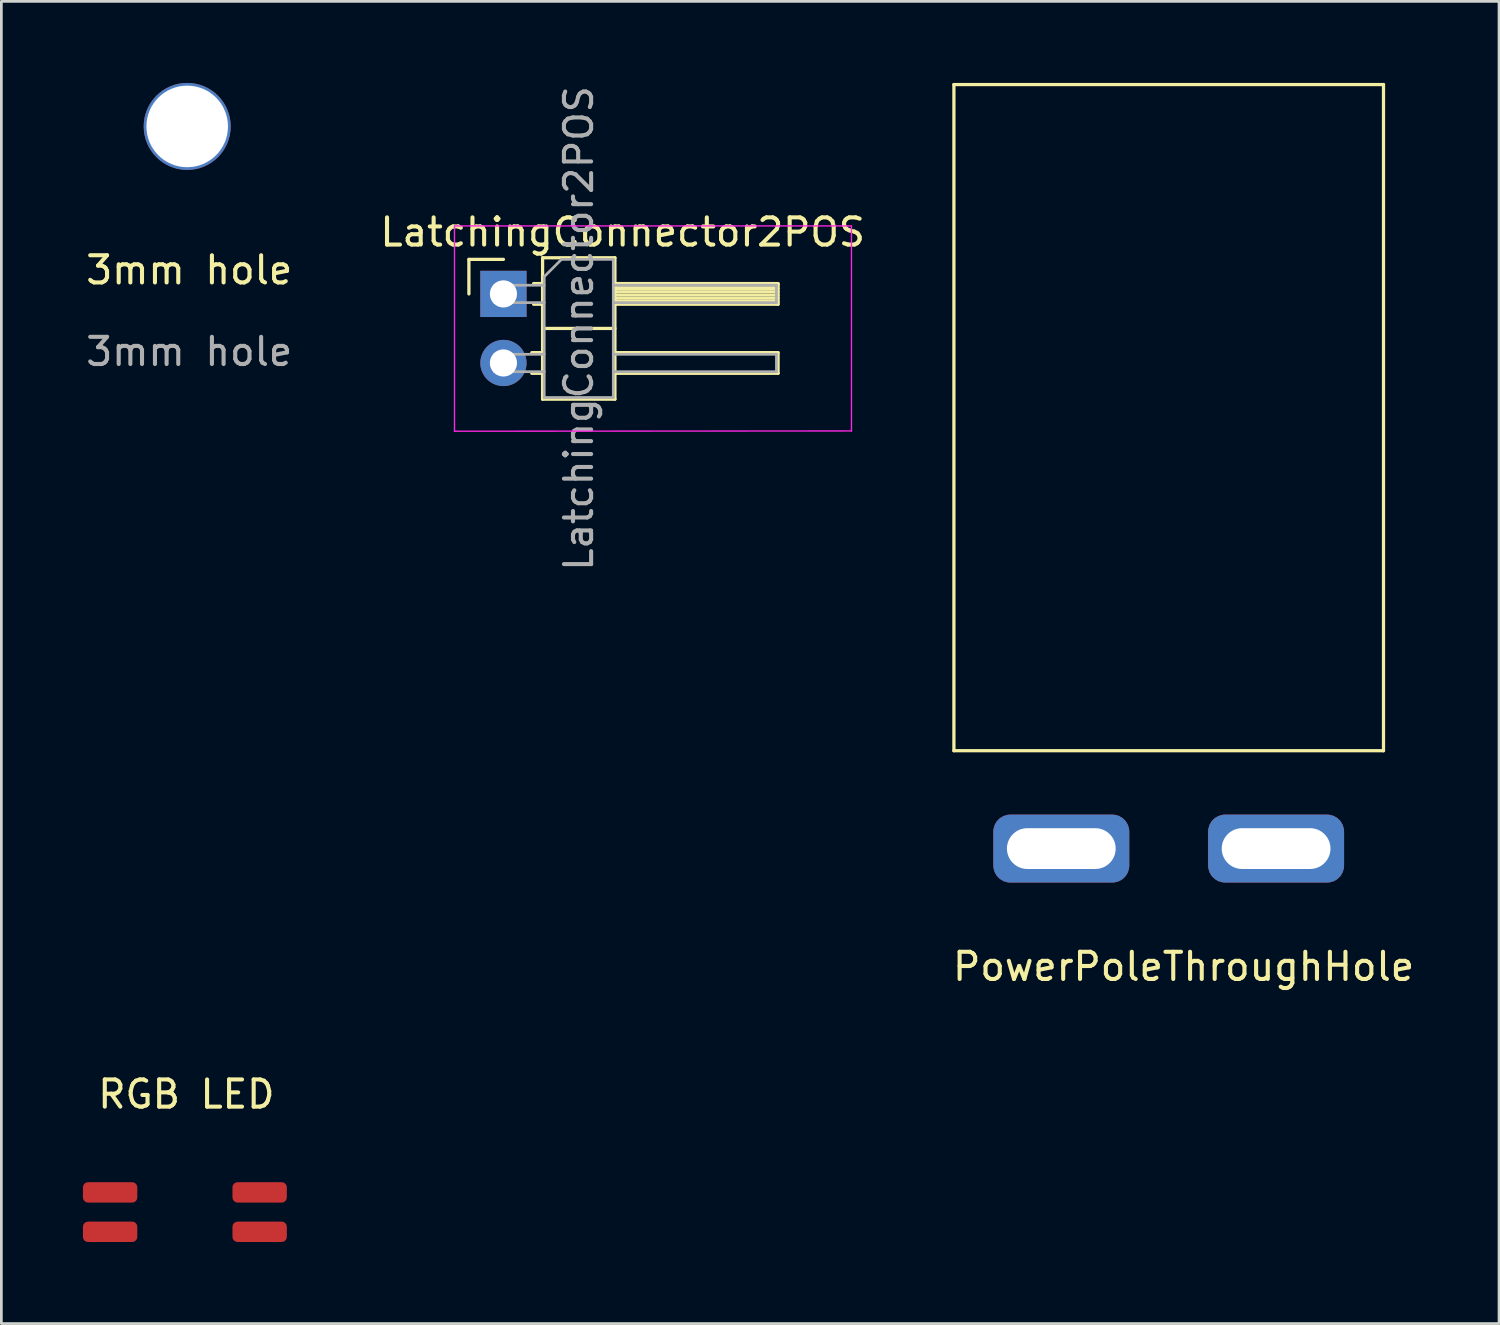
<source format=kicad_pcb>
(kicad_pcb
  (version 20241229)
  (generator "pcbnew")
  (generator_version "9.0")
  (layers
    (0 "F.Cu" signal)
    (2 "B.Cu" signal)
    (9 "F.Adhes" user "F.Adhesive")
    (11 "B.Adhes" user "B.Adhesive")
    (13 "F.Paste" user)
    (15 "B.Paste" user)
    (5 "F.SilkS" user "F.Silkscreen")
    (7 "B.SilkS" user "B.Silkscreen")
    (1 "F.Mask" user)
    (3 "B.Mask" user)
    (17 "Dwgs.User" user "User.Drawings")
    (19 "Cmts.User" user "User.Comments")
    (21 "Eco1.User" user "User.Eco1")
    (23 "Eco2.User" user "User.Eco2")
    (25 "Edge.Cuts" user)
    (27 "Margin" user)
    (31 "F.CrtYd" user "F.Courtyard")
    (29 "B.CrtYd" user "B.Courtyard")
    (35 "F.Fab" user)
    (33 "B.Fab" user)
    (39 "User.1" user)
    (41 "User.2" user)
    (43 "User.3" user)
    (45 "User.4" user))
  (footprint "LatchingConnector2POS"
    (layer "F.Cu")
    (at 15.466 7.76)
    (property "Reference" "LatchingConnector2POS" (at 4.385 -2.27 0) (layer "F.SilkS") (effects (font (size 1 1) (thickness 0.15))))
    (attr through_hole)
    (fp_line (start -1.27 -1.27) (end 0 -1.27) (stroke (width 0.12) (type solid)) (layer "F.SilkS"))
    (fp_line (start -1.27 0) (end -1.27 -1.27) (stroke (width 0.12) (type solid)) (layer "F.SilkS"))
    (fp_line (start 1.043 2.16) (end 1.44 2.16) (stroke (width 0.12) (type solid)) (layer "F.SilkS"))
    (fp_line (start 1.043 2.92) (end 1.44 2.92) (stroke (width 0.12) (type solid)) (layer "F.SilkS"))
    (fp_line (start 1.11 -0.38) (end 1.44 -0.38) (stroke (width 0.12) (type solid)) (layer "F.SilkS"))
    (fp_line (start 1.11 0.38) (end 1.44 0.38) (stroke (width 0.12) (type solid)) (layer "F.SilkS"))
    (fp_line (start 1.44 -1.33) (end 1.44 3.87) (stroke (width 0.12) (type solid)) (layer "F.SilkS"))
    (fp_line (start 1.44 1.27) (end 4.1 1.27) (stroke (width 0.12) (type solid)) (layer "F.SilkS"))
    (fp_line (start 1.44 3.87) (end 4.1 3.87) (stroke (width 0.12) (type solid)) (layer "F.SilkS"))
    (fp_line (start 4.1 -1.33) (end 1.44 -1.33) (stroke (width 0.12) (type solid)) (layer "F.SilkS"))
    (fp_line (start 4.1 -0.38) (end 10.1 -0.38) (stroke (width 0.12) (type solid)) (layer "F.SilkS"))
    (fp_line (start 4.1 -0.32) (end 10.1 -0.32) (stroke (width 0.12) (type solid)) (layer "F.SilkS"))
    (fp_line (start 4.1 -0.2) (end 10.1 -0.2) (stroke (width 0.12) (type solid)) (layer "F.SilkS"))
    (fp_line (start 4.1 -0.08) (end 10.1 -0.08) (stroke (width 0.12) (type solid)) (layer "F.SilkS"))
    (fp_line (start 4.1 0.04) (end 10.1 0.04) (stroke (width 0.12) (type solid)) (layer "F.SilkS"))
    (fp_line (start 4.1 0.16) (end 10.1 0.16) (stroke (width 0.12) (type solid)) (layer "F.SilkS"))
    (fp_line (start 4.1 0.28) (end 10.1 0.28) (stroke (width 0.12) (type solid)) (layer "F.SilkS"))
    (fp_line (start 4.1 2.16) (end 10.1 2.16) (stroke (width 0.12) (type solid)) (layer "F.SilkS"))
    (fp_line (start 4.1 3.87) (end 4.1 -1.33) (stroke (width 0.12) (type solid)) (layer "F.SilkS"))
    (fp_line (start 10.1 -0.38) (end 10.1 0.38) (stroke (width 0.12) (type solid)) (layer "F.SilkS"))
    (fp_line (start 10.1 0.38) (end 4.1 0.38) (stroke (width 0.12) (type solid)) (layer "F.SilkS"))
    (fp_line (start 10.1 2.16) (end 10.1 2.92) (stroke (width 0.12) (type solid)) (layer "F.SilkS"))
    (fp_line (start 10.1 2.92) (end 4.1 2.92) (stroke (width 0.12) (type solid)) (layer "F.SilkS"))
    (fp_line (start -1.8 -2.5) (end -1.8 5.05) (stroke (width 0.05) (type solid)) (layer "F.CrtYd"))
    (fp_line (start -1.8 5.05) (end 12.8 5.04) (stroke (width 0.05) (type solid)) (layer "F.CrtYd"))
    (fp_line (start 12.8 -2.5) (end -1.8 -2.5) (stroke (width 0.05) (type solid)) (layer "F.CrtYd"))
    (fp_line (start 12.8 5.04) (end 12.8 -2.5) (stroke (width 0.05) (type solid)) (layer "F.CrtYd"))
    (fp_line (start -0.32 -0.32) (end -0.32 0.32) (stroke (width 0.1) (type solid)) (layer "F.Fab"))
    (fp_line (start -0.32 -0.32) (end 1.5 -0.32) (stroke (width 0.1) (type solid)) (layer "F.Fab"))
    (fp_line (start -0.32 0.32) (end 1.5 0.32) (stroke (width 0.1) (type solid)) (layer "F.Fab"))
    (fp_line (start -0.32 2.22) (end -0.32 2.86) (stroke (width 0.1) (type solid)) (layer "F.Fab"))
    (fp_line (start -0.32 2.22) (end 1.5 2.22) (stroke (width 0.1) (type solid)) (layer "F.Fab"))
    (fp_line (start -0.32 2.86) (end 1.5 2.86) (stroke (width 0.1) (type solid)) (layer "F.Fab"))
    (fp_line (start 1.5 -0.635) (end 2.135 -1.27) (stroke (width 0.1) (type solid)) (layer "F.Fab"))
    (fp_line (start 1.5 3.81) (end 1.5 -0.635) (stroke (width 0.1) (type solid)) (layer "F.Fab"))
    (fp_line (start 2.135 -1.27) (end 4.04 -1.27) (stroke (width 0.1) (type solid)) (layer "F.Fab"))
    (fp_line (start 4.04 -1.27) (end 4.04 3.81) (stroke (width 0.1) (type solid)) (layer "F.Fab"))
    (fp_line (start 4.04 -0.32) (end 10.04 -0.32) (stroke (width 0.1) (type solid)) (layer "F.Fab"))
    (fp_line (start 4.04 0.32) (end 10.04 0.32) (stroke (width 0.1) (type solid)) (layer "F.Fab"))
    (fp_line (start 4.04 2.22) (end 10.04 2.22) (stroke (width 0.1) (type solid)) (layer "F.Fab"))
    (fp_line (start 4.04 2.86) (end 10.04 2.86) (stroke (width 0.1) (type solid)) (layer "F.Fab"))
    (fp_line (start 4.04 3.81) (end 1.5 3.81) (stroke (width 0.1) (type solid)) (layer "F.Fab"))
    (fp_line (start 10.04 -0.32) (end 10.04 0.32) (stroke (width 0.1) (type solid)) (layer "F.Fab"))
    (fp_line (start 10.04 2.22) (end 10.04 2.86) (stroke (width 0.1) (type solid)) (layer "F.Fab"))
    (fp_text user "${REFERENCE}" (at 2.77 1.27 90) (layer "F.Fab") (effects (font (size 1 1) (thickness 0.15))))
    (pad "1" thru_hole rect (at 0 0) (size 1.7 1.7) (drill 1) (layers "*.Cu" "*.Mask"))
    (pad "2" thru_hole oval (at 0 2.54) (size 1.7 1.7) (drill 1) (layers "*.Cu" "*.Mask")))
  (footprint "RGB LED"
    (layer "F.Cu")
    (at 3.75 41.53)
    (property "Reference" "RGB LED" (at 0.054 -4.334 0) (unlocked yes) (layer "F.SilkS") (effects (font (size 1 1) (thickness 0.15))))
    (attr smd)
    (pad "1" smd roundrect (at 2.75 0.725) (size 2 0.75) (layers "F.Cu" "F.Mask" "F.Paste") (roundrect_rratio 0.25))
    (pad "2" smd roundrect (at 2.75 -0.725) (size 2 0.75) (layers "F.Cu" "F.Mask" "F.Paste") (roundrect_rratio 0.25))
    (pad "3" smd roundrect (at -2.75 -0.725) (size 2 0.75) (layers "F.Cu" "F.Mask" "F.Paste") (roundrect_rratio 0.25))
    (pad "4" smd roundrect (at -2.75 0.725) (size 2 0.75) (layers "F.Cu" "F.Mask" "F.Paste") (roundrect_rratio 0.25)))
  (footprint "3mm hole"
    (layer "F.Cu")
    (at 3.835 1.6)
    (property "Reference" "3mm hole" (at 0.076 5.283 0) (unlocked yes) (layer "F.SilkS") (effects (font (size 1 1) (thickness 0.15))))
    (attr through_hole)
    (fp_text user "${REFERENCE}" (at 0.076 8.283 0) (unlocked yes) (layer "F.Fab") (effects (font (size 1 1) (thickness 0.15))))
    (pad "" np_thru_hole circle (at 0 0) (size 3.2 3.2) (drill 3) (layers "*.Cu" "*.Mask")))
  (footprint "PowerPoleThroughHole"
    (layer "F.Cu")
    (at 39.934 28.16)
    (property "Reference" "PowerPoleThroughHole" (at 0.548 4.34 0) (unlocked yes) (layer "F.SilkS") (effects (font (size 1 1) (thickness 0.15))))
    (attr smd)
    (fp_line (start -7.9 -28.1) (end 7.9 -28.1) (stroke (width 0.12) (type solid)) (layer "F.SilkS"))
    (fp_line (start -7.9 -3.6) (end -7.9 -28.1) (stroke (width 0.12) (type solid)) (layer "F.SilkS"))
    (fp_line (start -7.9 -3.6) (end 7.9 -3.6) (stroke (width 0.12) (type solid)) (layer "F.SilkS"))
    (fp_line (start 7.9 -3.6) (end 7.9 -28.1) (stroke (width 0.12) (type solid)) (layer "F.SilkS"))
    (pad "1" thru_hole roundrect (at 3.95 0) (size 5 2.5) (drill oval 4 1.5) (layers "*.Cu" "*.Mask") (roundrect_rratio 0.25))
    (pad "2" thru_hole roundrect (at -3.95 0) (size 5 2.5) (drill oval 4 1.5) (layers "*.Cu" "*.Mask") (roundrect_rratio 0.25)))
  (gr_rect
    (start -3 -3)
    (end 52.083 45.63)
    (stroke (width 0.1) (type default))
    (fill no)
    (layer "Edge.Cuts")))
</source>
